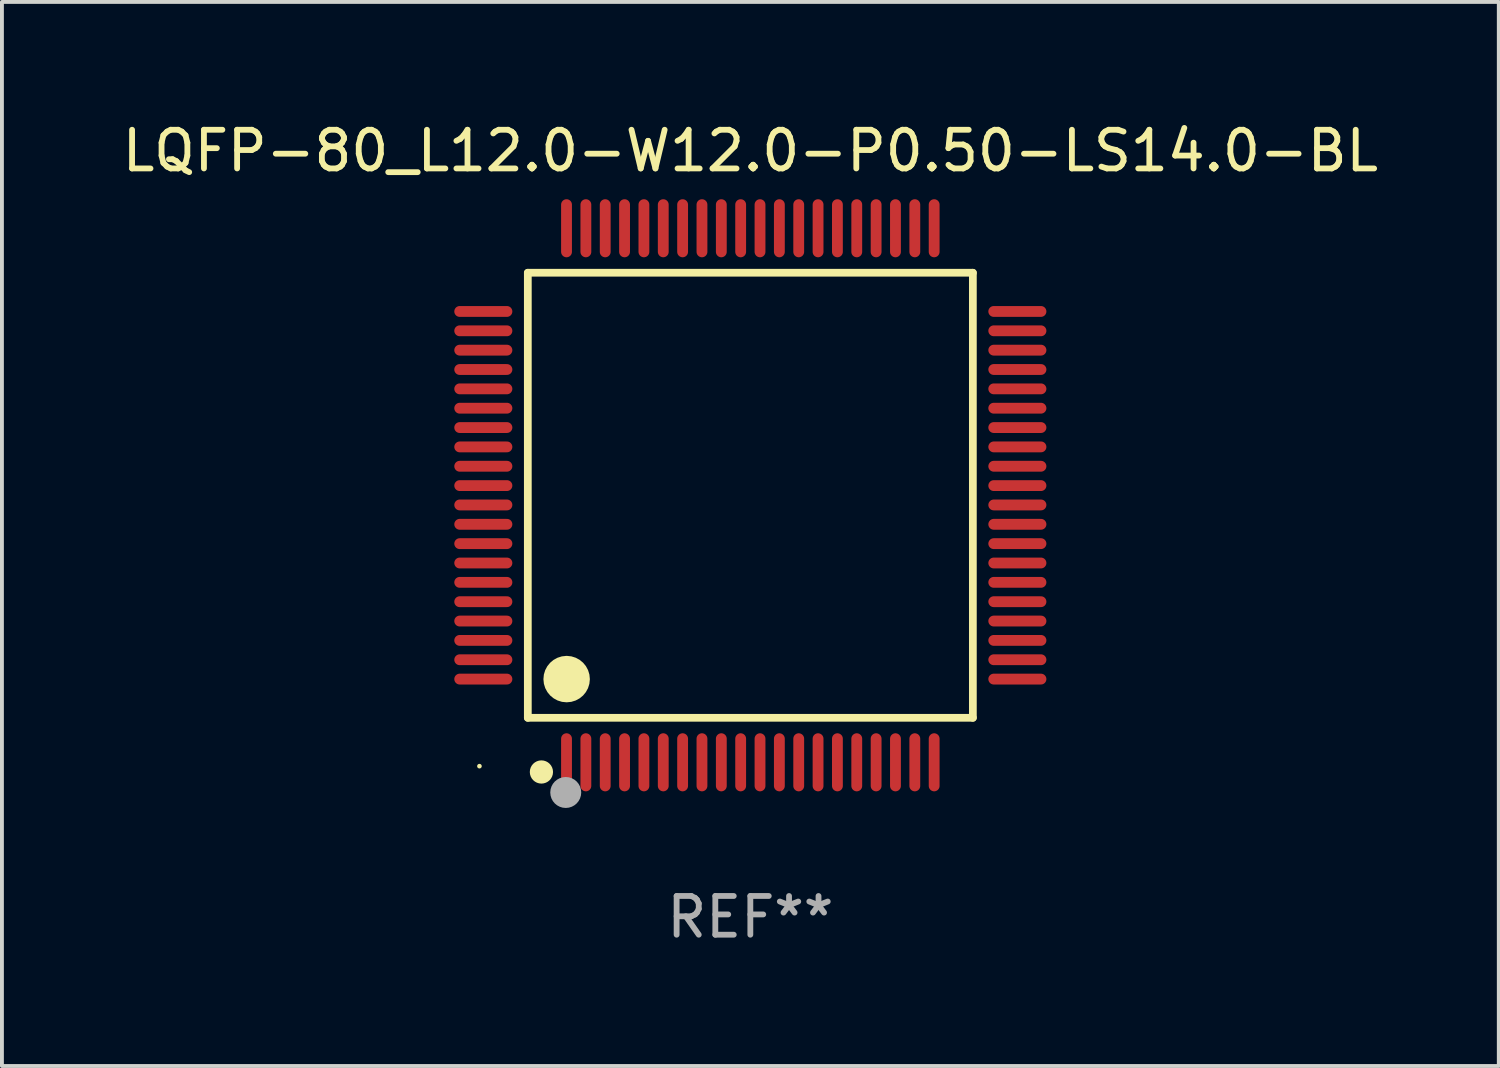
<source format=kicad_pcb>
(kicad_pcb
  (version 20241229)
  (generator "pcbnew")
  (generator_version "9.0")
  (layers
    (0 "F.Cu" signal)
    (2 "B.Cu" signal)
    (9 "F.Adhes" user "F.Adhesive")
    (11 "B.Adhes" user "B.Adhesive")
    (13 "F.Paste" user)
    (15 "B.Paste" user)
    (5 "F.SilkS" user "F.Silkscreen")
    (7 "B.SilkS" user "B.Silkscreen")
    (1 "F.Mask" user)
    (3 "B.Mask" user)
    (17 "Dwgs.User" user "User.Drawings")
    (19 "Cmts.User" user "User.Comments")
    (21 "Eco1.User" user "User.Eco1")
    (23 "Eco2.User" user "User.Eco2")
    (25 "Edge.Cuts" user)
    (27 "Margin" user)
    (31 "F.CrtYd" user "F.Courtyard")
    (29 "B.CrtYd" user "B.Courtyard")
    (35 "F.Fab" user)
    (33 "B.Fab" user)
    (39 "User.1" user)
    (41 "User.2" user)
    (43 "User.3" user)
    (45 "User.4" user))
  (footprint "LQFP-80_L12.0-W12.0-P0.50-LS14.0-BL"
    (layer "F.Cu")
    (at 16.339 9.748)
    (property "Reference" "LQFP-80_L12.0-W12.0-P0.50-LS14.0-BL" (at 0 -8.9 0) (layer "F.SilkS") (effects (font (size 1 1) (thickness 0.15))))
    (attr through_hole)
    (fp_line (start -5.75 -5.75) (end 5.75 -5.75) (stroke (width 0.2) (type solid)) (layer "F.SilkS"))
    (fp_line (start -5.75 5.75) (end -5.75 -5.75) (stroke (width 0.2) (type solid)) (layer "F.SilkS"))
    (fp_line (start 5.75 -5.75) (end 5.75 5.75) (stroke (width 0.2) (type solid)) (layer "F.SilkS"))
    (fp_line (start 5.75 5.75) (end -5.75 5.75) (stroke (width 0.2) (type solid)) (layer "F.SilkS"))
    (fp_arc (start -5.397511 7.000254) (mid -5.398991 7.300273) (end -5.399632 7.000251) (stroke (width 0.3) (type solid)) (layer "F.SilkS"))
    (fp_arc (start -4.744729 4.450089) (mid -4.747688 5.050077) (end -4.748972 4.450083) (stroke (width 0.6) (type solid)) (layer "F.SilkS"))
    (fp_circle (center -7 7) (end -6.97 7) (stroke (width 0.06) (type solid)) (fill no) (layer "F.SilkS"))
    (fp_circle (center -4.77 7.68) (end -4.57 7.68) (stroke (width 0.4) (type solid)) (fill no) (layer "F.Fab"))
    (fp_text user "REF**" (at 0 10.9 0) (layer "F.Fab") (effects (font (size 1 1) (thickness 0.15))))
    (pad "1" smd oval (at -4.75 6.9) (size 0.28 1.5) (layers "F.Cu" "F.Mask" "F.Paste"))
    (pad "2" smd oval (at -4.25 6.9) (size 0.28 1.5) (layers "F.Cu" "F.Mask" "F.Paste"))
    (pad "3" smd oval (at -3.75 6.9) (size 0.28 1.5) (layers "F.Cu" "F.Mask" "F.Paste"))
    (pad "4" smd oval (at -3.25 6.9) (size 0.28 1.5) (layers "F.Cu" "F.Mask" "F.Paste"))
    (pad "5" smd oval (at -2.75 6.9) (size 0.28 1.5) (layers "F.Cu" "F.Mask" "F.Paste"))
    (pad "6" smd oval (at -2.25 6.9) (size 0.28 1.5) (layers "F.Cu" "F.Mask" "F.Paste"))
    (pad "7" smd oval (at -1.75 6.9) (size 0.28 1.5) (layers "F.Cu" "F.Mask" "F.Paste"))
    (pad "8" smd oval (at -1.25 6.9) (size 0.28 1.5) (layers "F.Cu" "F.Mask" "F.Paste"))
    (pad "9" smd oval (at -0.75 6.9) (size 0.28 1.5) (layers "F.Cu" "F.Mask" "F.Paste"))
    (pad "10" smd oval (at -0.25 6.9) (size 0.28 1.5) (layers "F.Cu" "F.Mask" "F.Paste"))
    (pad "11" smd oval (at 0.25 6.9) (size 0.28 1.5) (layers "F.Cu" "F.Mask" "F.Paste"))
    (pad "12" smd oval (at 0.75 6.9) (size 0.28 1.5) (layers "F.Cu" "F.Mask" "F.Paste"))
    (pad "13" smd oval (at 1.25 6.9) (size 0.28 1.5) (layers "F.Cu" "F.Mask" "F.Paste"))
    (pad "14" smd oval (at 1.75 6.9) (size 0.28 1.5) (layers "F.Cu" "F.Mask" "F.Paste"))
    (pad "15" smd oval (at 2.25 6.9) (size 0.28 1.5) (layers "F.Cu" "F.Mask" "F.Paste"))
    (pad "16" smd oval (at 2.75 6.9) (size 0.28 1.5) (layers "F.Cu" "F.Mask" "F.Paste"))
    (pad "17" smd oval (at 3.25 6.9) (size 0.28 1.5) (layers "F.Cu" "F.Mask" "F.Paste"))
    (pad "18" smd oval (at 3.75 6.9) (size 0.28 1.5) (layers "F.Cu" "F.Mask" "F.Paste"))
    (pad "19" smd oval (at 4.25 6.9) (size 0.28 1.5) (layers "F.Cu" "F.Mask" "F.Paste"))
    (pad "20" smd oval (at 4.75 6.9) (size 0.28 1.5) (layers "F.Cu" "F.Mask" "F.Paste"))
    (pad "21" smd oval (at 6.9 4.75) (size 1.5 0.28) (layers "F.Cu" "F.Mask" "F.Paste"))
    (pad "22" smd oval (at 6.9 4.25) (size 1.5 0.28) (layers "F.Cu" "F.Mask" "F.Paste"))
    (pad "23" smd oval (at 6.9 3.75) (size 1.5 0.28) (layers "F.Cu" "F.Mask" "F.Paste"))
    (pad "24" smd oval (at 6.9 3.25) (size 1.5 0.28) (layers "F.Cu" "F.Mask" "F.Paste"))
    (pad "25" smd oval (at 6.9 2.75) (size 1.5 0.28) (layers "F.Cu" "F.Mask" "F.Paste"))
    (pad "26" smd oval (at 6.9 2.25) (size 1.5 0.28) (layers "F.Cu" "F.Mask" "F.Paste"))
    (pad "27" smd oval (at 6.9 1.75) (size 1.5 0.28) (layers "F.Cu" "F.Mask" "F.Paste"))
    (pad "28" smd oval (at 6.9 1.25) (size 1.5 0.28) (layers "F.Cu" "F.Mask" "F.Paste"))
    (pad "29" smd oval (at 6.9 0.75) (size 1.5 0.28) (layers "F.Cu" "F.Mask" "F.Paste"))
    (pad "30" smd oval (at 6.9 0.25) (size 1.5 0.28) (layers "F.Cu" "F.Mask" "F.Paste"))
    (pad "31" smd oval (at 6.9 -0.25) (size 1.5 0.28) (layers "F.Cu" "F.Mask" "F.Paste"))
    (pad "32" smd oval (at 6.9 -0.75) (size 1.5 0.28) (layers "F.Cu" "F.Mask" "F.Paste"))
    (pad "33" smd oval (at 6.9 -1.25) (size 1.5 0.28) (layers "F.Cu" "F.Mask" "F.Paste"))
    (pad "34" smd oval (at 6.9 -1.75) (size 1.5 0.28) (layers "F.Cu" "F.Mask" "F.Paste"))
    (pad "35" smd oval (at 6.9 -2.25) (size 1.5 0.28) (layers "F.Cu" "F.Mask" "F.Paste"))
    (pad "36" smd oval (at 6.9 -2.75) (size 1.5 0.28) (layers "F.Cu" "F.Mask" "F.Paste"))
    (pad "37" smd oval (at 6.9 -3.25) (size 1.5 0.28) (layers "F.Cu" "F.Mask" "F.Paste"))
    (pad "38" smd oval (at 6.9 -3.75) (size 1.5 0.28) (layers "F.Cu" "F.Mask" "F.Paste"))
    (pad "39" smd oval (at 6.9 -4.25) (size 1.5 0.28) (layers "F.Cu" "F.Mask" "F.Paste"))
    (pad "40" smd oval (at 6.9 -4.75) (size 1.5 0.28) (layers "F.Cu" "F.Mask" "F.Paste"))
    (pad "41" smd oval (at 4.75 -6.9) (size 0.28 1.5) (layers "F.Cu" "F.Mask" "F.Paste"))
    (pad "42" smd oval (at 4.25 -6.9) (size 0.28 1.5) (layers "F.Cu" "F.Mask" "F.Paste"))
    (pad "43" smd oval (at 3.75 -6.9) (size 0.28 1.5) (layers "F.Cu" "F.Mask" "F.Paste"))
    (pad "44" smd oval (at 3.25 -6.9) (size 0.28 1.5) (layers "F.Cu" "F.Mask" "F.Paste"))
    (pad "45" smd oval (at 2.75 -6.9) (size 0.28 1.5) (layers "F.Cu" "F.Mask" "F.Paste"))
    (pad "46" smd oval (at 2.25 -6.9) (size 0.28 1.5) (layers "F.Cu" "F.Mask" "F.Paste"))
    (pad "47" smd oval (at 1.75 -6.9) (size 0.28 1.5) (layers "F.Cu" "F.Mask" "F.Paste"))
    (pad "48" smd oval (at 1.25 -6.9) (size 0.28 1.5) (layers "F.Cu" "F.Mask" "F.Paste"))
    (pad "49" smd oval (at 0.75 -6.9) (size 0.28 1.5) (layers "F.Cu" "F.Mask" "F.Paste"))
    (pad "50" smd oval (at 0.25 -6.9) (size 0.28 1.5) (layers "F.Cu" "F.Mask" "F.Paste"))
    (pad "51" smd oval (at -0.25 -6.9) (size 0.28 1.5) (layers "F.Cu" "F.Mask" "F.Paste"))
    (pad "52" smd oval (at -0.75 -6.9) (size 0.28 1.5) (layers "F.Cu" "F.Mask" "F.Paste"))
    (pad "53" smd oval (at -1.25 -6.9) (size 0.28 1.5) (layers "F.Cu" "F.Mask" "F.Paste"))
    (pad "54" smd oval (at -1.75 -6.9) (size 0.28 1.5) (layers "F.Cu" "F.Mask" "F.Paste"))
    (pad "55" smd oval (at -2.25 -6.9) (size 0.28 1.5) (layers "F.Cu" "F.Mask" "F.Paste"))
    (pad "56" smd oval (at -2.75 -6.9) (size 0.28 1.5) (layers "F.Cu" "F.Mask" "F.Paste"))
    (pad "57" smd oval (at -3.25 -6.9) (size 0.28 1.5) (layers "F.Cu" "F.Mask" "F.Paste"))
    (pad "58" smd oval (at -3.75 -6.9) (size 0.28 1.5) (layers "F.Cu" "F.Mask" "F.Paste"))
    (pad "59" smd oval (at -4.25 -6.9) (size 0.28 1.5) (layers "F.Cu" "F.Mask" "F.Paste"))
    (pad "60" smd oval (at -4.75 -6.9) (size 0.28 1.5) (layers "F.Cu" "F.Mask" "F.Paste"))
    (pad "61" smd oval (at -6.9 -4.75) (size 1.5 0.28) (layers "F.Cu" "F.Mask" "F.Paste"))
    (pad "62" smd oval (at -6.9 -4.25) (size 1.5 0.28) (layers "F.Cu" "F.Mask" "F.Paste"))
    (pad "63" smd oval (at -6.9 -3.75) (size 1.5 0.28) (layers "F.Cu" "F.Mask" "F.Paste"))
    (pad "64" smd oval (at -6.9 -3.25) (size 1.5 0.28) (layers "F.Cu" "F.Mask" "F.Paste"))
    (pad "65" smd oval (at -6.9 -2.75) (size 1.5 0.28) (layers "F.Cu" "F.Mask" "F.Paste"))
    (pad "66" smd oval (at -6.9 -2.25) (size 1.5 0.28) (layers "F.Cu" "F.Mask" "F.Paste"))
    (pad "67" smd oval (at -6.9 -1.75) (size 1.5 0.28) (layers "F.Cu" "F.Mask" "F.Paste"))
    (pad "68" smd oval (at -6.9 -1.25) (size 1.5 0.28) (layers "F.Cu" "F.Mask" "F.Paste"))
    (pad "69" smd oval (at -6.9 -0.75) (size 1.5 0.28) (layers "F.Cu" "F.Mask" "F.Paste"))
    (pad "70" smd oval (at -6.9 -0.25) (size 1.5 0.28) (layers "F.Cu" "F.Mask" "F.Paste"))
    (pad "71" smd oval (at -6.9 0.25) (size 1.5 0.28) (layers "F.Cu" "F.Mask" "F.Paste"))
    (pad "72" smd oval (at -6.9 0.75) (size 1.5 0.28) (layers "F.Cu" "F.Mask" "F.Paste"))
    (pad "73" smd oval (at -6.9 1.25) (size 1.5 0.28) (layers "F.Cu" "F.Mask" "F.Paste"))
    (pad "74" smd oval (at -6.9 1.75) (size 1.5 0.28) (layers "F.Cu" "F.Mask" "F.Paste"))
    (pad "75" smd oval (at -6.9 2.25) (size 1.5 0.28) (layers "F.Cu" "F.Mask" "F.Paste"))
    (pad "76" smd oval (at -6.9 2.75) (size 1.5 0.28) (layers "F.Cu" "F.Mask" "F.Paste"))
    (pad "77" smd oval (at -6.9 3.25) (size 1.5 0.28) (layers "F.Cu" "F.Mask" "F.Paste"))
    (pad "78" smd oval (at -6.9 3.75) (size 1.5 0.28) (layers "F.Cu" "F.Mask" "F.Paste"))
    (pad "79" smd oval (at -6.9 4.25) (size 1.5 0.28) (layers "F.Cu" "F.Mask" "F.Paste"))
    (pad "80" smd oval (at -6.9 4.75) (size 1.5 0.28) (layers "F.Cu" "F.Mask" "F.Paste")))
  (gr_rect
    (start -3 -3)
    (end 35.679 24.496)
    (stroke (width 0.1) (type default))
    (fill no)
    (layer "Edge.Cuts")))
</source>
